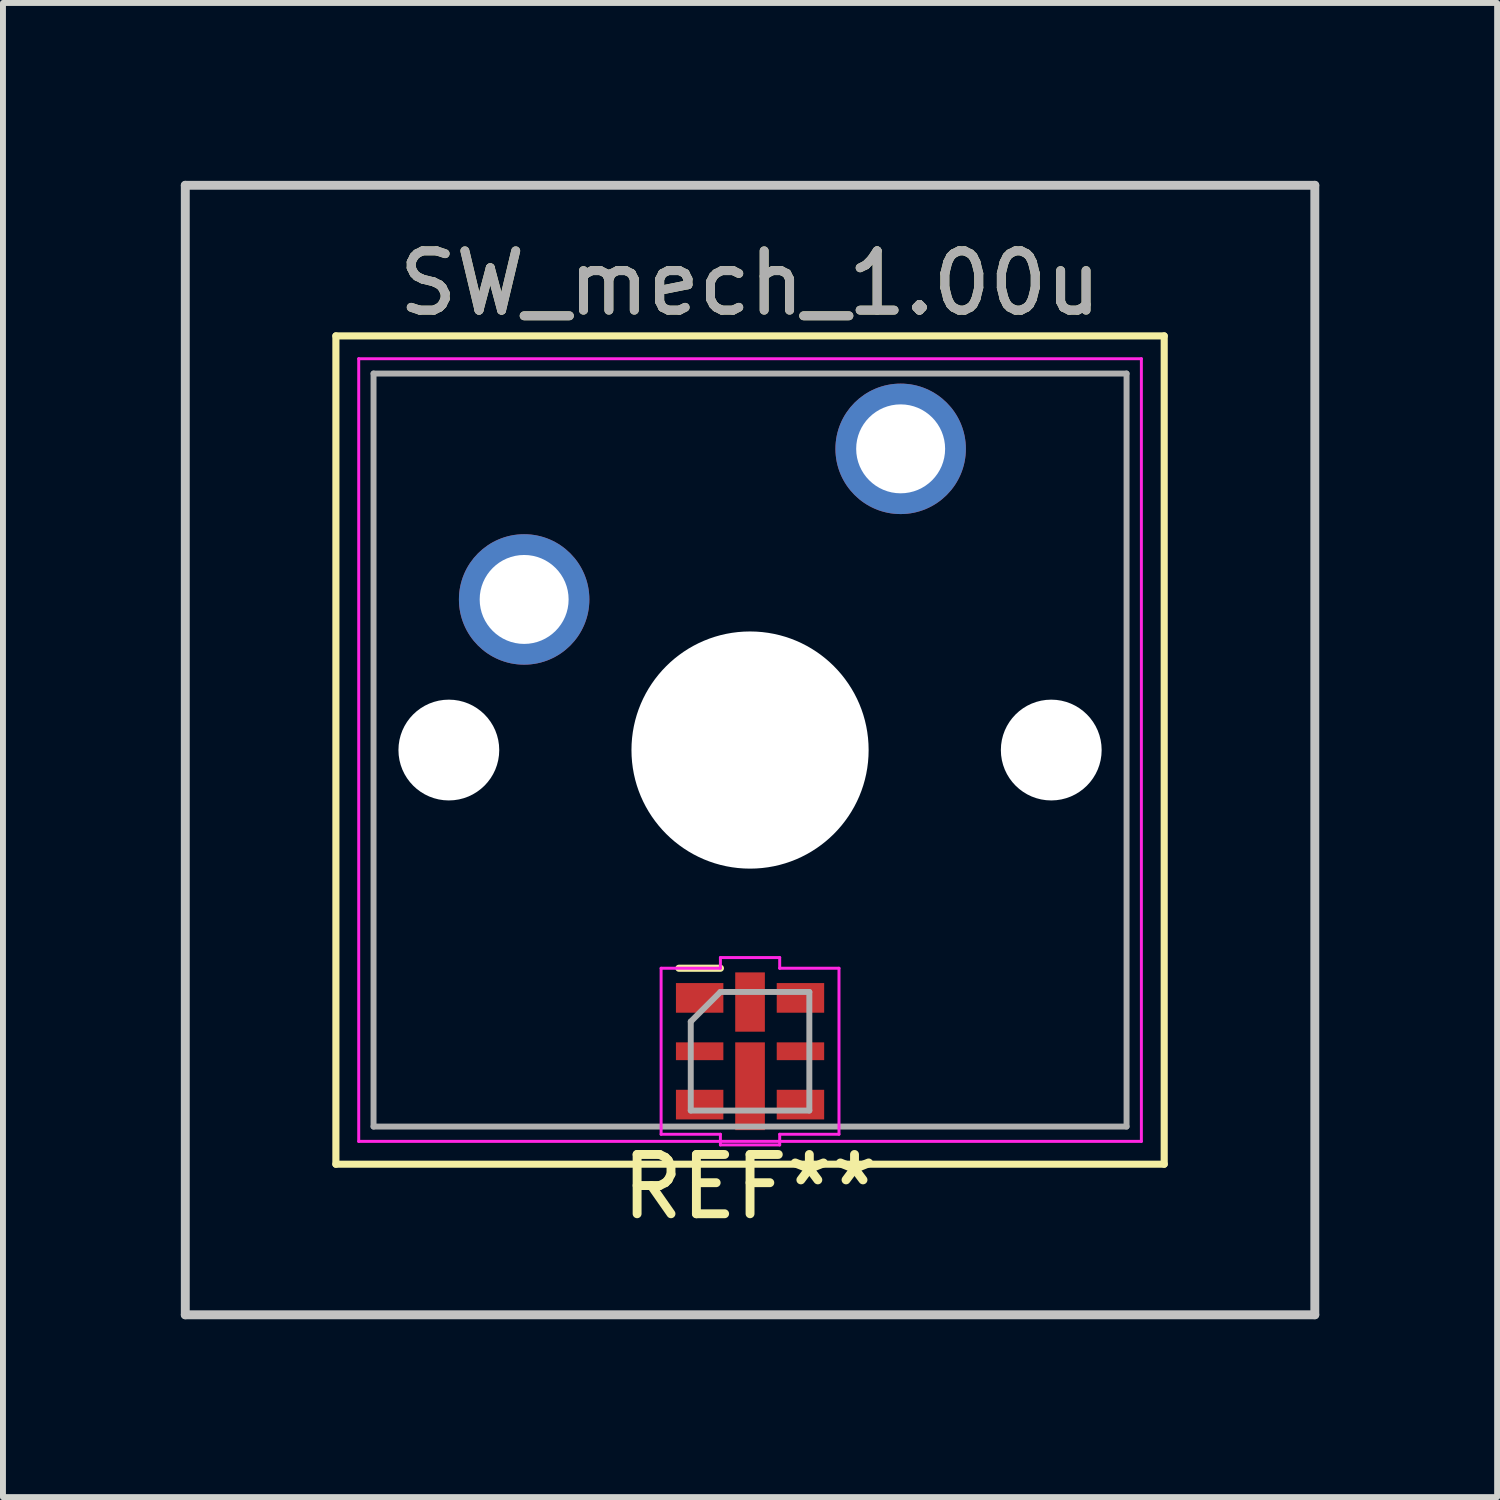
<source format=kicad_pcb>
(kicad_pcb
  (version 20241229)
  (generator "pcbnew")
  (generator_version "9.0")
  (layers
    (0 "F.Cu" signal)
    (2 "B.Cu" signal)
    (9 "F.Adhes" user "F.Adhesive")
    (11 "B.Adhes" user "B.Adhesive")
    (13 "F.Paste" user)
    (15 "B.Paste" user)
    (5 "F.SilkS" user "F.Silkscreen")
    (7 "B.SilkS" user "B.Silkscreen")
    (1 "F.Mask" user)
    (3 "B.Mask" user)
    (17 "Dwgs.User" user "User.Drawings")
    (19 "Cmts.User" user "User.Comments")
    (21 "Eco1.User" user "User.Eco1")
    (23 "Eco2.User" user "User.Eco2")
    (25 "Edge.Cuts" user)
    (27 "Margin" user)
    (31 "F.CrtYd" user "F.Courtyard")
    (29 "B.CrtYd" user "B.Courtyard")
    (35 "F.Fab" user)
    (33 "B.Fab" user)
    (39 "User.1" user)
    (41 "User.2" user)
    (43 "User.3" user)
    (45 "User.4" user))
  (footprint "SW_mech_1.00u"
    (layer "F.Cu")
    (at 12.14 4.52)
    (property "Reference" "SW_mech_1.00u" (at -2.54 -2.794 0) (layer "F.SilkS") (effects (font (size 1 1) (thickness 0.15))))
    (attr through_hole)
    (fp_line (start -9.525 -1.905) (end 4.445 -1.905) (stroke (width 0.12) (type solid)) (layer "F.SilkS"))
    (fp_line (start -9.525 12.065) (end -9.525 -1.905) (stroke (width 0.12) (type solid)) (layer "F.SilkS"))
    (fp_line (start -3.74 8.76) (end -3.04 8.76) (stroke (width 0.12) (type solid)) (layer "F.SilkS"))
    (fp_line (start 4.445 -1.905) (end 4.445 12.065) (stroke (width 0.12) (type solid)) (layer "F.SilkS"))
    (fp_line (start 4.445 12.065) (end -9.525 12.065) (stroke (width 0.12) (type solid)) (layer "F.SilkS"))
    (fp_line (start -12.065 -4.445) (end 6.985 -4.445) (stroke (width 0.15) (type solid)) (layer "Dwgs.User"))
    (fp_line (start -12.065 14.605) (end -12.065 -4.445) (stroke (width 0.15) (type solid)) (layer "Dwgs.User"))
    (fp_line (start 6.985 -4.445) (end 6.985 14.605) (stroke (width 0.15) (type solid)) (layer "Dwgs.User"))
    (fp_line (start 6.985 14.605) (end -12.065 14.605) (stroke (width 0.15) (type solid)) (layer "Dwgs.User"))
    (fp_line (start -9.14 -1.52) (end 4.06 -1.52) (stroke (width 0.05) (type solid)) (layer "F.CrtYd"))
    (fp_line (start -9.14 11.68) (end -9.14 -1.52) (stroke (width 0.05) (type solid)) (layer "F.CrtYd"))
    (fp_line (start -4.04 8.76) (end -4.04 11.56) (stroke (width 0.05) (type solid)) (layer "F.CrtYd"))
    (fp_line (start -4.04 8.76) (end -3.04 8.76) (stroke (width 0.05) (type solid)) (layer "F.CrtYd"))
    (fp_line (start -3.04 8.58) (end -2.04 8.58) (stroke (width 0.05) (type solid)) (layer "F.CrtYd"))
    (fp_line (start -3.04 8.76) (end -3.04 8.58) (stroke (width 0.05) (type solid)) (layer "F.CrtYd"))
    (fp_line (start -3.04 11.56) (end -4.04 11.56) (stroke (width 0.05) (type solid)) (layer "F.CrtYd"))
    (fp_line (start -3.04 11.56) (end -3.04 11.74) (stroke (width 0.05) (type solid)) (layer "F.CrtYd"))
    (fp_line (start -3.04 11.74) (end -2.04 11.74) (stroke (width 0.05) (type solid)) (layer "F.CrtYd"))
    (fp_line (start -2.04 8.58) (end -2.04 8.76) (stroke (width 0.05) (type solid)) (layer "F.CrtYd"))
    (fp_line (start -2.04 8.76) (end -1.04 8.76) (stroke (width 0.05) (type solid)) (layer "F.CrtYd"))
    (fp_line (start -2.04 11.74) (end -2.04 11.56) (stroke (width 0.05) (type solid)) (layer "F.CrtYd"))
    (fp_line (start -1.04 8.76) (end -1.04 11.56) (stroke (width 0.05) (type solid)) (layer "F.CrtYd"))
    (fp_line (start -1.04 11.56) (end -2.04 11.56) (stroke (width 0.05) (type solid)) (layer "F.CrtYd"))
    (fp_line (start 4.06 -1.52) (end 4.06 11.68) (stroke (width 0.05) (type solid)) (layer "F.CrtYd"))
    (fp_line (start 4.06 11.68) (end -9.14 11.68) (stroke (width 0.05) (type solid)) (layer "F.CrtYd"))
    (fp_line (start -8.89 -1.27) (end 3.81 -1.27) (stroke (width 0.1) (type solid)) (layer "F.Fab"))
    (fp_line (start -8.89 11.43) (end -8.89 -1.27) (stroke (width 0.1) (type solid)) (layer "F.Fab"))
    (fp_line (start -3.54 11.16) (end -3.54 9.66) (stroke (width 0.1) (type solid)) (layer "F.Fab"))
    (fp_line (start -3.04 9.16) (end -3.54 9.66) (stroke (width 0.1) (type solid)) (layer "F.Fab"))
    (fp_line (start -3.04 9.16) (end -1.54 9.16) (stroke (width 0.1) (type solid)) (layer "F.Fab"))
    (fp_line (start -1.54 9.16) (end -1.54 11.16) (stroke (width 0.1) (type solid)) (layer "F.Fab"))
    (fp_line (start -1.54 11.16) (end -3.54 11.16) (stroke (width 0.1) (type solid)) (layer "F.Fab"))
    (fp_line (start 3.81 -1.27) (end 3.81 11.43) (stroke (width 0.1) (type solid)) (layer "F.Fab"))
    (fp_line (start 3.81 11.43) (end -8.89 11.43) (stroke (width 0.1) (type solid)) (layer "F.Fab"))
    (fp_text user "REF**" (at -2.54 12.446 0) (layer "F.SilkS") (effects (font (size 1 1) (thickness 0.15))))
    (fp_text user "${REFERENCE}" (at -2.54 -2.794 0) (layer "F.Fab") (effects (font (size 1 1) (thickness 0.15))))
    (pad "" np_thru_hole circle (at -7.62 5.08) (size 1.7 1.7) (drill 1.7) (layers "*.Cu" "*.Mask"))
    (pad "" np_thru_hole circle (at -2.54 5.08) (size 4 4) (drill 4) (layers "*.Cu" "*.Mask"))
    (pad "" np_thru_hole circle (at 2.54 5.08) (size 1.7 1.7) (drill 1.7) (layers "*.Cu" "*.Mask"))
    (pad "1" thru_hole circle (at 0 0) (size 2.2 2.2) (drill 1.5) (layers "*.Cu" "*.Mask"))
    (pad "2" thru_hole circle (at -6.35 2.54) (size 2.2 2.2) (drill 1.5) (layers "*.Cu" "*.Mask"))
    (pad "CLK_IN" smd rect (at -3.39 10.16) (size 0.8 0.3) (layers "F.Cu" "F.Mask" "F.Paste"))
    (pad "CLK_OUT" smd rect (at -1.69 10.16) (size 0.8 0.3) (layers "F.Cu" "F.Mask" "F.Paste"))
    (pad "DATA_IN" smd rect (at -3.39 11.06) (size 0.8 0.5) (layers "F.Cu" "F.Mask" "F.Paste"))
    (pad "DATA_OUT" smd rect (at -1.69 11.06) (size 0.8 0.5) (layers "F.Cu" "F.Mask" "F.Paste"))
    (pad "GND" smd rect (at -3.39 9.26) (size 0.8 0.5) (layers "F.Cu" "F.Mask" "F.Paste"))
    (pad "GND" smd rect (at -2.54 10.75 90) (size 1.48 0.5) (layers "F.Cu" "F.Mask" "F.Paste"))
    (pad "VDD" smd rect (at -2.54 9.33 90) (size 1 0.5) (layers "F.Cu" "F.Mask" "F.Paste"))
    (pad "VDD" smd rect (at -1.69 9.26) (size 0.8 0.5) (layers "F.Cu" "F.Mask" "F.Paste")))
  (gr_rect
    (start -3 -3)
    (end 22.2 22.2)
    (stroke (width 0.1) (type default))
    (fill no)
    (layer "Edge.Cuts")))
</source>
